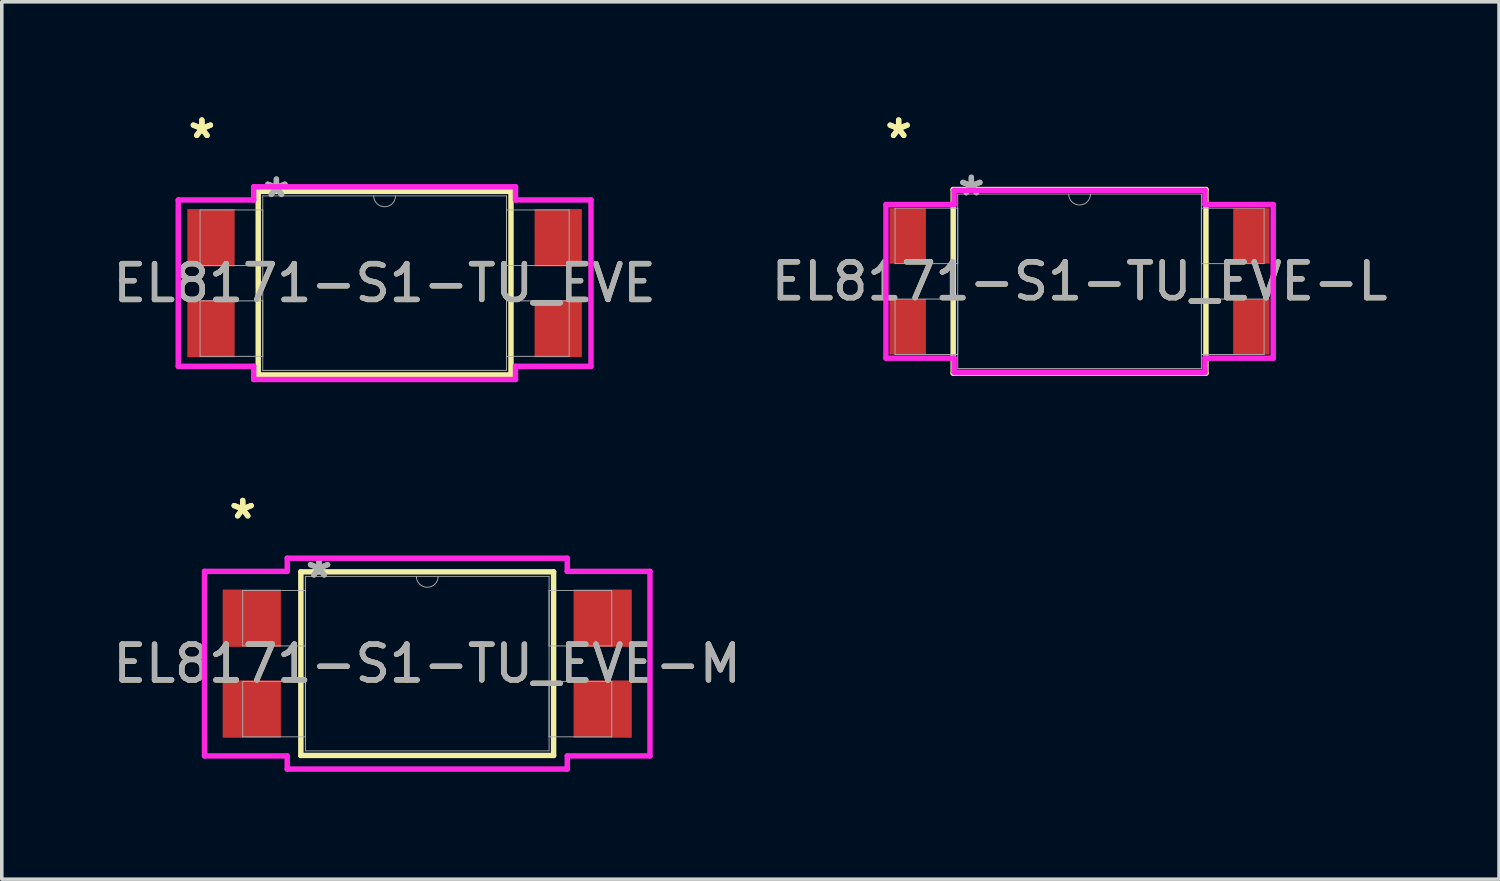
<source format=kicad_pcb>
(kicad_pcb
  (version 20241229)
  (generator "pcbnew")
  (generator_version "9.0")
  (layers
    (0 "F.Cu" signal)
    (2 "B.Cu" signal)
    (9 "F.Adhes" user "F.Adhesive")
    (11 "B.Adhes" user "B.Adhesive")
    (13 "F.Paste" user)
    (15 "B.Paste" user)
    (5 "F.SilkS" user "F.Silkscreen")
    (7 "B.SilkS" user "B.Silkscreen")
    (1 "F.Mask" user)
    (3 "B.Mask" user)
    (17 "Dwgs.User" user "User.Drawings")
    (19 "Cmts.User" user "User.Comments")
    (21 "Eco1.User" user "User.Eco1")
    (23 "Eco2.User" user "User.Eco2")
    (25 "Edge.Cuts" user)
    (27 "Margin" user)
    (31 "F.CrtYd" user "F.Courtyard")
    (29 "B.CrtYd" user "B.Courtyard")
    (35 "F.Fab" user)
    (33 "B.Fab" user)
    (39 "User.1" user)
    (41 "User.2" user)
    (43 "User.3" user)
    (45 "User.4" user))
  (footprint "EL8171-S1-TU_EVE"
    (layer "F.Cu")
    (at 7.696 4.861)
    (property "Reference" "EL8171-S1-TU_EVE" (at 0 0 0) (unlocked yes) (layer "F.SilkS") (effects (font (size 1 1) (thickness 0.15))))
    (attr smd)
    (fp_line (start -3.531 -2.565) (end -3.531 2.565) (stroke (width 0.152) (type solid)) (layer "F.SilkS"))
    (fp_line (start -3.531 2.565) (end 3.531 2.565) (stroke (width 0.152) (type solid)) (layer "F.SilkS"))
    (fp_line (start 3.531 -2.565) (end -3.531 -2.565) (stroke (width 0.152) (type solid)) (layer "F.SilkS"))
    (fp_line (start 3.531 2.565) (end 3.531 -2.565) (stroke (width 0.152) (type solid)) (layer "F.SilkS"))
    (fp_line (start -5.766 -2.324) (end -3.658 -2.324) (stroke (width 0.152) (type solid)) (layer "F.CrtYd"))
    (fp_line (start -5.766 2.324) (end -5.766 -2.324) (stroke (width 0.152) (type solid)) (layer "F.CrtYd"))
    (fp_line (start -5.766 2.324) (end -3.658 2.324) (stroke (width 0.152) (type solid)) (layer "F.CrtYd"))
    (fp_line (start -3.658 -2.692) (end 3.658 -2.692) (stroke (width 0.152) (type solid)) (layer "F.CrtYd"))
    (fp_line (start -3.658 -2.324) (end -3.658 -2.692) (stroke (width 0.152) (type solid)) (layer "F.CrtYd"))
    (fp_line (start -3.658 2.692) (end -3.658 2.324) (stroke (width 0.152) (type solid)) (layer "F.CrtYd"))
    (fp_line (start 3.658 -2.692) (end 3.658 -2.324) (stroke (width 0.152) (type solid)) (layer "F.CrtYd"))
    (fp_line (start 3.658 2.324) (end 3.658 2.692) (stroke (width 0.152) (type solid)) (layer "F.CrtYd"))
    (fp_line (start 3.658 2.692) (end -3.658 2.692) (stroke (width 0.152) (type solid)) (layer "F.CrtYd"))
    (fp_line (start 5.766 -2.324) (end 3.658 -2.324) (stroke (width 0.152) (type solid)) (layer "F.CrtYd"))
    (fp_line (start 5.766 -2.324) (end 5.766 2.324) (stroke (width 0.152) (type solid)) (layer "F.CrtYd"))
    (fp_line (start 5.766 2.324) (end 3.658 2.324) (stroke (width 0.152) (type solid)) (layer "F.CrtYd"))
    (fp_line (start -5.156 -2.045) (end -5.156 -0.495) (stroke (width 0.025) (type solid)) (layer "F.Fab"))
    (fp_line (start -5.156 -0.495) (end -3.404 -0.495) (stroke (width 0.025) (type solid)) (layer "F.Fab"))
    (fp_line (start -5.156 0.495) (end -5.156 2.045) (stroke (width 0.025) (type solid)) (layer "F.Fab"))
    (fp_line (start -5.156 2.045) (end -3.404 2.045) (stroke (width 0.025) (type solid)) (layer "F.Fab"))
    (fp_line (start -3.404 -2.438) (end -3.404 2.438) (stroke (width 0.025) (type solid)) (layer "F.Fab"))
    (fp_line (start -3.404 -2.045) (end -5.156 -2.045) (stroke (width 0.025) (type solid)) (layer "F.Fab"))
    (fp_line (start -3.404 -0.495) (end -3.404 -2.045) (stroke (width 0.025) (type solid)) (layer "F.Fab"))
    (fp_line (start -3.404 0.495) (end -5.156 0.495) (stroke (width 0.025) (type solid)) (layer "F.Fab"))
    (fp_line (start -3.404 2.045) (end -3.404 0.495) (stroke (width 0.025) (type solid)) (layer "F.Fab"))
    (fp_line (start -3.404 2.438) (end 3.404 2.438) (stroke (width 0.025) (type solid)) (layer "F.Fab"))
    (fp_line (start 3.404 -2.438) (end -3.404 -2.438) (stroke (width 0.025) (type solid)) (layer "F.Fab"))
    (fp_line (start 3.404 -2.045) (end 3.404 -0.495) (stroke (width 0.025) (type solid)) (layer "F.Fab"))
    (fp_line (start 3.404 -0.495) (end 5.156 -0.495) (stroke (width 0.025) (type solid)) (layer "F.Fab"))
    (fp_line (start 3.404 0.495) (end 3.404 2.045) (stroke (width 0.025) (type solid)) (layer "F.Fab"))
    (fp_line (start 3.404 2.045) (end 5.156 2.045) (stroke (width 0.025) (type solid)) (layer "F.Fab"))
    (fp_line (start 3.404 2.438) (end 3.404 -2.438) (stroke (width 0.025) (type solid)) (layer "F.Fab"))
    (fp_line (start 5.156 -2.045) (end 3.404 -2.045) (stroke (width 0.025) (type solid)) (layer "F.Fab"))
    (fp_line (start 5.156 -0.495) (end 5.156 -2.045) (stroke (width 0.025) (type solid)) (layer "F.Fab"))
    (fp_line (start 5.156 0.495) (end 3.404 0.495) (stroke (width 0.025) (type solid)) (layer "F.Fab"))
    (fp_line (start 5.156 2.045) (end 5.156 0.495) (stroke (width 0.025) (type solid)) (layer "F.Fab"))
    (fp_arc (start 0.3048 -2.4384) (mid 0 -2.1336) (end -0.3048 -2.4384) (stroke (width 0.0254) (type solid)) (layer "F.Fab"))
    (fp_text user "*" (at -5.105 -4.013 0) (layer "F.SilkS") (effects (font (size 1 1) (thickness 0.15))))
    (fp_text user "*" (at -5.105 -4.013 0) (unlocked yes) (layer "F.SilkS") (effects (font (size 1 1) (thickness 0.15))))
    (fp_text user "${REFERENCE}" (at 0 0 0) (unlocked yes) (layer "F.Fab") (effects (font (size 1 1) (thickness 0.15))))
    (fp_text user "*" (at -3.023 -2.362 0) (unlocked yes) (layer "F.Fab") (effects (font (size 1 1) (thickness 0.15))))
    (fp_text user "*" (at -3.023 -2.362 0) (layer "F.Fab") (effects (font (size 1 1) (thickness 0.15))))
    (pad "1" smd rect (at -4.851 -1.27) (size 1.321 1.6) (layers "F.Cu" "F.Mask" "F.Paste"))
    (pad "2" smd rect (at -4.851 1.27) (size 1.321 1.6) (layers "F.Cu" "F.Mask" "F.Paste"))
    (pad "3" smd rect (at 4.851 1.27) (size 1.321 1.6) (layers "F.Cu" "F.Mask" "F.Paste"))
    (pad "4" smd rect (at 4.851 -1.27) (size 1.321 1.6) (layers "F.Cu" "F.Mask" "F.Paste")))
  (footprint "EL8171-S1-TU_EVE-M"
    (layer "F.Cu")
    (at 8.887 15.492)
    (property "Reference" "EL8171-S1-TU_EVE-M" (at 0 0 0) (unlocked yes) (layer "F.SilkS") (effects (font (size 1 1) (thickness 0.15))))
    (attr smd)
    (fp_line (start -3.531 -2.565) (end -3.531 2.565) (stroke (width 0.152) (type solid)) (layer "F.SilkS"))
    (fp_line (start -3.531 2.565) (end 3.531 2.565) (stroke (width 0.152) (type solid)) (layer "F.SilkS"))
    (fp_line (start 3.531 -2.565) (end -3.531 -2.565) (stroke (width 0.152) (type solid)) (layer "F.SilkS"))
    (fp_line (start 3.531 2.565) (end 3.531 -2.565) (stroke (width 0.152) (type solid)) (layer "F.SilkS"))
    (fp_line (start -6.223 -2.578) (end -3.912 -2.578) (stroke (width 0.152) (type solid)) (layer "F.CrtYd"))
    (fp_line (start -6.223 2.578) (end -6.223 -2.578) (stroke (width 0.152) (type solid)) (layer "F.CrtYd"))
    (fp_line (start -6.223 2.578) (end -3.912 2.578) (stroke (width 0.152) (type solid)) (layer "F.CrtYd"))
    (fp_line (start -3.912 -2.946) (end 3.912 -2.946) (stroke (width 0.152) (type solid)) (layer "F.CrtYd"))
    (fp_line (start -3.912 -2.578) (end -3.912 -2.946) (stroke (width 0.152) (type solid)) (layer "F.CrtYd"))
    (fp_line (start -3.912 2.946) (end -3.912 2.578) (stroke (width 0.152) (type solid)) (layer "F.CrtYd"))
    (fp_line (start 3.912 -2.946) (end 3.912 -2.578) (stroke (width 0.152) (type solid)) (layer "F.CrtYd"))
    (fp_line (start 3.912 2.578) (end 3.912 2.946) (stroke (width 0.152) (type solid)) (layer "F.CrtYd"))
    (fp_line (start 3.912 2.946) (end -3.912 2.946) (stroke (width 0.152) (type solid)) (layer "F.CrtYd"))
    (fp_line (start 6.223 -2.578) (end 3.912 -2.578) (stroke (width 0.152) (type solid)) (layer "F.CrtYd"))
    (fp_line (start 6.223 -2.578) (end 6.223 2.578) (stroke (width 0.152) (type solid)) (layer "F.CrtYd"))
    (fp_line (start 6.223 2.578) (end 3.912 2.578) (stroke (width 0.152) (type solid)) (layer "F.CrtYd"))
    (fp_line (start -5.156 -2.045) (end -5.156 -0.495) (stroke (width 0.025) (type solid)) (layer "F.Fab"))
    (fp_line (start -5.156 -0.495) (end -3.404 -0.495) (stroke (width 0.025) (type solid)) (layer "F.Fab"))
    (fp_line (start -5.156 0.495) (end -5.156 2.045) (stroke (width 0.025) (type solid)) (layer "F.Fab"))
    (fp_line (start -5.156 2.045) (end -3.404 2.045) (stroke (width 0.025) (type solid)) (layer "F.Fab"))
    (fp_line (start -3.404 -2.438) (end -3.404 2.438) (stroke (width 0.025) (type solid)) (layer "F.Fab"))
    (fp_line (start -3.404 -2.045) (end -5.156 -2.045) (stroke (width 0.025) (type solid)) (layer "F.Fab"))
    (fp_line (start -3.404 -0.495) (end -3.404 -2.045) (stroke (width 0.025) (type solid)) (layer "F.Fab"))
    (fp_line (start -3.404 0.495) (end -5.156 0.495) (stroke (width 0.025) (type solid)) (layer "F.Fab"))
    (fp_line (start -3.404 2.045) (end -3.404 0.495) (stroke (width 0.025) (type solid)) (layer "F.Fab"))
    (fp_line (start -3.404 2.438) (end 3.404 2.438) (stroke (width 0.025) (type solid)) (layer "F.Fab"))
    (fp_line (start 3.404 -2.438) (end -3.404 -2.438) (stroke (width 0.025) (type solid)) (layer "F.Fab"))
    (fp_line (start 3.404 -2.045) (end 3.404 -0.495) (stroke (width 0.025) (type solid)) (layer "F.Fab"))
    (fp_line (start 3.404 -0.495) (end 5.156 -0.495) (stroke (width 0.025) (type solid)) (layer "F.Fab"))
    (fp_line (start 3.404 0.495) (end 3.404 2.045) (stroke (width 0.025) (type solid)) (layer "F.Fab"))
    (fp_line (start 3.404 2.045) (end 5.156 2.045) (stroke (width 0.025) (type solid)) (layer "F.Fab"))
    (fp_line (start 3.404 2.438) (end 3.404 -2.438) (stroke (width 0.025) (type solid)) (layer "F.Fab"))
    (fp_line (start 5.156 -2.045) (end 3.404 -2.045) (stroke (width 0.025) (type solid)) (layer "F.Fab"))
    (fp_line (start 5.156 -0.495) (end 5.156 -2.045) (stroke (width 0.025) (type solid)) (layer "F.Fab"))
    (fp_line (start 5.156 0.495) (end 3.404 0.495) (stroke (width 0.025) (type solid)) (layer "F.Fab"))
    (fp_line (start 5.156 2.045) (end 5.156 0.495) (stroke (width 0.025) (type solid)) (layer "F.Fab"))
    (fp_arc (start 0.3048 -2.4384) (mid 0 -2.1336) (end -0.3048 -2.4384) (stroke (width 0.0254) (type solid)) (layer "F.Fab"))
    (fp_text user "*" (at -5.156 -4.013 0) (unlocked yes) (layer "F.SilkS") (effects (font (size 1 1) (thickness 0.15))))
    (fp_text user "*" (at -5.156 -4.013 0) (layer "F.SilkS") (effects (font (size 1 1) (thickness 0.15))))
    (fp_text user "*" (at -3.023 -2.362 0) (layer "F.Fab") (effects (font (size 1 1) (thickness 0.15))))
    (fp_text user "*" (at -3.023 -2.362 0) (unlocked yes) (layer "F.Fab") (effects (font (size 1 1) (thickness 0.15))))
    (fp_text user "${REFERENCE}" (at 0 0 0) (unlocked yes) (layer "F.Fab") (effects (font (size 1 1) (thickness 0.15))))
    (pad "1" smd rect (at -4.902 -1.27) (size 1.626 1.6) (layers "F.Cu" "F.Mask" "F.Paste"))
    (pad "2" smd rect (at -4.902 1.27) (size 1.626 1.6) (layers "F.Cu" "F.Mask" "F.Paste"))
    (pad "3" smd rect (at 4.902 1.27) (size 1.626 1.6) (layers "F.Cu" "F.Mask" "F.Paste"))
    (pad "4" smd rect (at 4.902 -1.27) (size 1.626 1.6) (layers "F.Cu" "F.Mask" "F.Paste")))
  (footprint "EL8171-S1-TU_EVE-L"
    (layer "F.Cu")
    (at 27.113 4.811)
    (property "Reference" "EL8171-S1-TU_EVE-L" (at 0 0 0) (unlocked yes) (layer "F.SilkS") (effects (font (size 1 1) (thickness 0.15))))
    (attr smd)
    (fp_line (start -3.531 -2.565) (end -3.531 2.565) (stroke (width 0.152) (type solid)) (layer "F.SilkS"))
    (fp_line (start -3.531 2.565) (end 3.531 2.565) (stroke (width 0.152) (type solid)) (layer "F.SilkS"))
    (fp_line (start 3.531 -2.565) (end -3.531 -2.565) (stroke (width 0.152) (type solid)) (layer "F.SilkS"))
    (fp_line (start 3.531 2.565) (end 3.531 -2.565) (stroke (width 0.152) (type solid)) (layer "F.SilkS"))
    (fp_line (start -5.41 -2.146) (end -3.505 -2.146) (stroke (width 0.152) (type solid)) (layer "F.CrtYd"))
    (fp_line (start -5.41 2.146) (end -5.41 -2.146) (stroke (width 0.152) (type solid)) (layer "F.CrtYd"))
    (fp_line (start -5.41 2.146) (end -3.505 2.146) (stroke (width 0.152) (type solid)) (layer "F.CrtYd"))
    (fp_line (start -3.505 -2.54) (end 3.505 -2.54) (stroke (width 0.152) (type solid)) (layer "F.CrtYd"))
    (fp_line (start -3.505 -2.146) (end -3.505 -2.54) (stroke (width 0.152) (type solid)) (layer "F.CrtYd"))
    (fp_line (start -3.505 2.54) (end -3.505 2.146) (stroke (width 0.152) (type solid)) (layer "F.CrtYd"))
    (fp_line (start 3.505 -2.54) (end 3.505 -2.146) (stroke (width 0.152) (type solid)) (layer "F.CrtYd"))
    (fp_line (start 3.505 2.146) (end 3.505 2.54) (stroke (width 0.152) (type solid)) (layer "F.CrtYd"))
    (fp_line (start 3.505 2.54) (end -3.505 2.54) (stroke (width 0.152) (type solid)) (layer "F.CrtYd"))
    (fp_line (start 5.41 -2.146) (end 3.505 -2.146) (stroke (width 0.152) (type solid)) (layer "F.CrtYd"))
    (fp_line (start 5.41 -2.146) (end 5.41 2.146) (stroke (width 0.152) (type solid)) (layer "F.CrtYd"))
    (fp_line (start 5.41 2.146) (end 3.505 2.146) (stroke (width 0.152) (type solid)) (layer "F.CrtYd"))
    (fp_line (start -5.156 -2.045) (end -5.156 -0.495) (stroke (width 0.025) (type solid)) (layer "F.Fab"))
    (fp_line (start -5.156 -0.495) (end -3.404 -0.495) (stroke (width 0.025) (type solid)) (layer "F.Fab"))
    (fp_line (start -5.156 0.495) (end -5.156 2.045) (stroke (width 0.025) (type solid)) (layer "F.Fab"))
    (fp_line (start -5.156 2.045) (end -3.404 2.045) (stroke (width 0.025) (type solid)) (layer "F.Fab"))
    (fp_line (start -3.404 -2.438) (end -3.404 2.438) (stroke (width 0.025) (type solid)) (layer "F.Fab"))
    (fp_line (start -3.404 -2.045) (end -5.156 -2.045) (stroke (width 0.025) (type solid)) (layer "F.Fab"))
    (fp_line (start -3.404 -0.495) (end -3.404 -2.045) (stroke (width 0.025) (type solid)) (layer "F.Fab"))
    (fp_line (start -3.404 0.495) (end -5.156 0.495) (stroke (width 0.025) (type solid)) (layer "F.Fab"))
    (fp_line (start -3.404 2.045) (end -3.404 0.495) (stroke (width 0.025) (type solid)) (layer "F.Fab"))
    (fp_line (start -3.404 2.438) (end 3.404 2.438) (stroke (width 0.025) (type solid)) (layer "F.Fab"))
    (fp_line (start 3.404 -2.438) (end -3.404 -2.438) (stroke (width 0.025) (type solid)) (layer "F.Fab"))
    (fp_line (start 3.404 -2.045) (end 3.404 -0.495) (stroke (width 0.025) (type solid)) (layer "F.Fab"))
    (fp_line (start 3.404 -0.495) (end 5.156 -0.495) (stroke (width 0.025) (type solid)) (layer "F.Fab"))
    (fp_line (start 3.404 0.495) (end 3.404 2.045) (stroke (width 0.025) (type solid)) (layer "F.Fab"))
    (fp_line (start 3.404 2.045) (end 5.156 2.045) (stroke (width 0.025) (type solid)) (layer "F.Fab"))
    (fp_line (start 3.404 2.438) (end 3.404 -2.438) (stroke (width 0.025) (type solid)) (layer "F.Fab"))
    (fp_line (start 5.156 -2.045) (end 3.404 -2.045) (stroke (width 0.025) (type solid)) (layer "F.Fab"))
    (fp_line (start 5.156 -0.495) (end 5.156 -2.045) (stroke (width 0.025) (type solid)) (layer "F.Fab"))
    (fp_line (start 5.156 0.495) (end 3.404 0.495) (stroke (width 0.025) (type solid)) (layer "F.Fab"))
    (fp_line (start 5.156 2.045) (end 5.156 0.495) (stroke (width 0.025) (type solid)) (layer "F.Fab"))
    (fp_arc (start 0.3048 -2.4384) (mid 0 -2.1336) (end -0.3048 -2.4384) (stroke (width 0.0254) (type solid)) (layer "F.Fab"))
    (fp_text user "*" (at -5.055 -3.962 0) (layer "F.SilkS") (effects (font (size 1 1) (thickness 0.15))))
    (fp_text user "*" (at -5.055 -3.962 0) (unlocked yes) (layer "F.SilkS") (effects (font (size 1 1) (thickness 0.15))))
    (fp_text user "*" (at -3.023 -2.362 0) (unlocked yes) (layer "F.Fab") (effects (font (size 1 1) (thickness 0.15))))
    (fp_text user "${REFERENCE}" (at 0 0 0) (unlocked yes) (layer "F.Fab") (effects (font (size 1 1) (thickness 0.15))))
    (fp_text user "*" (at -3.023 -2.362 0) (layer "F.Fab") (effects (font (size 1 1) (thickness 0.15))))
    (pad "1" smd rect (at -4.801 -1.27) (size 1.016 1.549) (layers "F.Cu" "F.Mask" "F.Paste"))
    (pad "2" smd rect (at -4.801 1.27) (size 1.016 1.549) (layers "F.Cu" "F.Mask" "F.Paste"))
    (pad "3" smd rect (at 4.801 1.27) (size 1.016 1.549) (layers "F.Cu" "F.Mask" "F.Paste"))
    (pad "4" smd rect (at 4.801 -1.27) (size 1.016 1.549) (layers "F.Cu" "F.Mask" "F.Paste")))
  (gr_rect
    (start -3 -3)
    (end 38.833 21.514)
    (stroke (width 0.1) (type default))
    (fill no)
    (layer "Edge.Cuts")))
</source>
